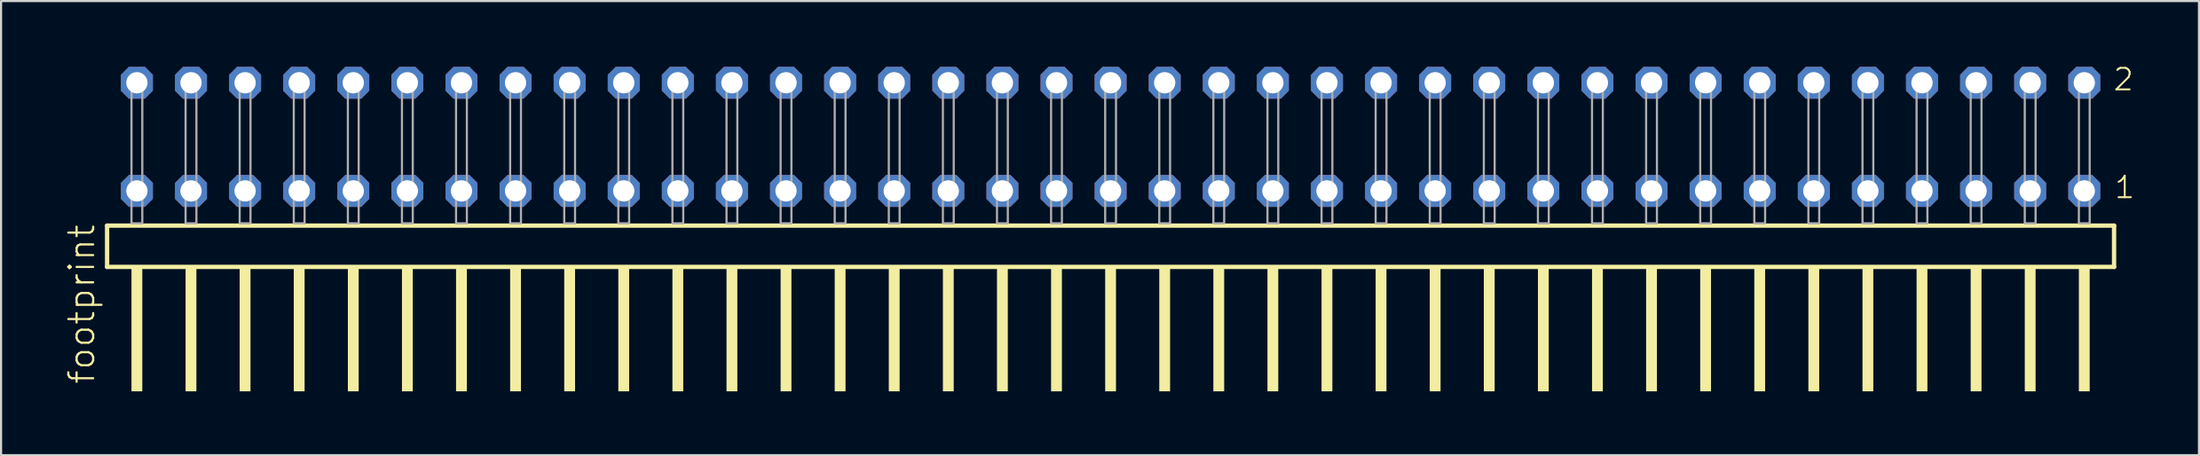
<source format=kicad_pcb>
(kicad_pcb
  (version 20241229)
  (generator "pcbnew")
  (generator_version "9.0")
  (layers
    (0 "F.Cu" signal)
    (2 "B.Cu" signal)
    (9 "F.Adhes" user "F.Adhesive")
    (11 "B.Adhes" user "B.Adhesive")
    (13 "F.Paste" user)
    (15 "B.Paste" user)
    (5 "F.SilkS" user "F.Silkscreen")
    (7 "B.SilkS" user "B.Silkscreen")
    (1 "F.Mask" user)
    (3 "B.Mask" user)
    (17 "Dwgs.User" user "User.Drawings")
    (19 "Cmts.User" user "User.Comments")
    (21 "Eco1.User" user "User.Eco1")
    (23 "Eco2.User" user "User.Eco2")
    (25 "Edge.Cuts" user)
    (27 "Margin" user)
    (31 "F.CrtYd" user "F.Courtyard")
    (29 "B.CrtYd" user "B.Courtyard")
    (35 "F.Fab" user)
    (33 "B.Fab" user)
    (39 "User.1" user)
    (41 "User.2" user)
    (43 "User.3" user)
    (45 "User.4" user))
  (footprint "footprint"
    (layer "F.Cu")
    (at 49.098 7.441)
    (property "Reference" "footprint" (at -47.625 7.62 90) (layer "F.SilkS") (effects (font (size 1.168 1.168) (thickness 0.102)) (justify left bottom)))
    (fp_line (start -47.119 0.106) (end -47.119 2.046) (stroke (width 0.203) (type solid)) (layer "F.SilkS"))
    (fp_line (start -47.119 2.046) (end 47.119 2.046) (stroke (width 0.203) (type solid)) (layer "F.SilkS"))
    (fp_line (start 47.119 0.106) (end -47.119 0.106) (stroke (width 0.203) (type solid)) (layer "F.SilkS"))
    (fp_line (start 47.119 2.046) (end 47.119 0.106) (stroke (width 0.203) (type solid)) (layer "F.SilkS"))
    (fp_poly (pts (xy -45.974 7.89) (xy -45.466 7.89) (xy -45.466 2.04) (xy -45.974 2.04)) (stroke (width 0) (type solid)) (fill yes) (layer "F.SilkS"))
    (fp_poly (pts (xy -43.434 7.89) (xy -42.926 7.89) (xy -42.926 2.04) (xy -43.434 2.04)) (stroke (width 0) (type solid)) (fill yes) (layer "F.SilkS"))
    (fp_poly (pts (xy -40.894 7.89) (xy -40.386 7.89) (xy -40.386 2.04) (xy -40.894 2.04)) (stroke (width 0) (type solid)) (fill yes) (layer "F.SilkS"))
    (fp_poly (pts (xy -38.354 7.89) (xy -37.846 7.89) (xy -37.846 2.04) (xy -38.354 2.04)) (stroke (width 0) (type solid)) (fill yes) (layer "F.SilkS"))
    (fp_poly (pts (xy -35.814 7.89) (xy -35.306 7.89) (xy -35.306 2.04) (xy -35.814 2.04)) (stroke (width 0) (type solid)) (fill yes) (layer "F.SilkS"))
    (fp_poly (pts (xy -33.274 7.89) (xy -32.766 7.89) (xy -32.766 2.04) (xy -33.274 2.04)) (stroke (width 0) (type solid)) (fill yes) (layer "F.SilkS"))
    (fp_poly (pts (xy -30.734 7.89) (xy -30.226 7.89) (xy -30.226 2.04) (xy -30.734 2.04)) (stroke (width 0) (type solid)) (fill yes) (layer "F.SilkS"))
    (fp_poly (pts (xy -28.194 7.89) (xy -27.686 7.89) (xy -27.686 2.04) (xy -28.194 2.04)) (stroke (width 0) (type solid)) (fill yes) (layer "F.SilkS"))
    (fp_poly (pts (xy -25.654 7.89) (xy -25.146 7.89) (xy -25.146 2.04) (xy -25.654 2.04)) (stroke (width 0) (type solid)) (fill yes) (layer "F.SilkS"))
    (fp_poly (pts (xy -23.114 7.89) (xy -22.606 7.89) (xy -22.606 2.04) (xy -23.114 2.04)) (stroke (width 0) (type solid)) (fill yes) (layer "F.SilkS"))
    (fp_poly (pts (xy -20.574 7.89) (xy -20.066 7.89) (xy -20.066 2.04) (xy -20.574 2.04)) (stroke (width 0) (type solid)) (fill yes) (layer "F.SilkS"))
    (fp_poly (pts (xy -18.034 7.89) (xy -17.526 7.89) (xy -17.526 2.04) (xy -18.034 2.04)) (stroke (width 0) (type solid)) (fill yes) (layer "F.SilkS"))
    (fp_poly (pts (xy -15.494 7.89) (xy -14.986 7.89) (xy -14.986 2.04) (xy -15.494 2.04)) (stroke (width 0) (type solid)) (fill yes) (layer "F.SilkS"))
    (fp_poly (pts (xy -12.954 7.89) (xy -12.446 7.89) (xy -12.446 2.04) (xy -12.954 2.04)) (stroke (width 0) (type solid)) (fill yes) (layer "F.SilkS"))
    (fp_poly (pts (xy -10.414 7.89) (xy -9.906 7.89) (xy -9.906 2.04) (xy -10.414 2.04)) (stroke (width 0) (type solid)) (fill yes) (layer "F.SilkS"))
    (fp_poly (pts (xy -7.874 7.89) (xy -7.366 7.89) (xy -7.366 2.04) (xy -7.874 2.04)) (stroke (width 0) (type solid)) (fill yes) (layer "F.SilkS"))
    (fp_poly (pts (xy -5.334 7.89) (xy -4.826 7.89) (xy -4.826 2.04) (xy -5.334 2.04)) (stroke (width 0) (type solid)) (fill yes) (layer "F.SilkS"))
    (fp_poly (pts (xy -2.794 7.89) (xy -2.286 7.89) (xy -2.286 2.04) (xy -2.794 2.04)) (stroke (width 0) (type solid)) (fill yes) (layer "F.SilkS"))
    (fp_poly (pts (xy -0.254 7.89) (xy 0.254 7.89) (xy 0.254 2.04) (xy -0.254 2.04)) (stroke (width 0) (type solid)) (fill yes) (layer "F.SilkS"))
    (fp_poly (pts (xy 2.286 7.89) (xy 2.794 7.89) (xy 2.794 2.04) (xy 2.286 2.04)) (stroke (width 0) (type solid)) (fill yes) (layer "F.SilkS"))
    (fp_poly (pts (xy 4.826 7.89) (xy 5.334 7.89) (xy 5.334 2.04) (xy 4.826 2.04)) (stroke (width 0) (type solid)) (fill yes) (layer "F.SilkS"))
    (fp_poly (pts (xy 7.366 7.89) (xy 7.874 7.89) (xy 7.874 2.04) (xy 7.366 2.04)) (stroke (width 0) (type solid)) (fill yes) (layer "F.SilkS"))
    (fp_poly (pts (xy 9.906 7.89) (xy 10.414 7.89) (xy 10.414 2.04) (xy 9.906 2.04)) (stroke (width 0) (type solid)) (fill yes) (layer "F.SilkS"))
    (fp_poly (pts (xy 12.446 7.89) (xy 12.954 7.89) (xy 12.954 2.04) (xy 12.446 2.04)) (stroke (width 0) (type solid)) (fill yes) (layer "F.SilkS"))
    (fp_poly (pts (xy 14.986 7.89) (xy 15.494 7.89) (xy 15.494 2.04) (xy 14.986 2.04)) (stroke (width 0) (type solid)) (fill yes) (layer "F.SilkS"))
    (fp_poly (pts (xy 17.526 7.89) (xy 18.034 7.89) (xy 18.034 2.04) (xy 17.526 2.04)) (stroke (width 0) (type solid)) (fill yes) (layer "F.SilkS"))
    (fp_poly (pts (xy 20.066 7.89) (xy 20.574 7.89) (xy 20.574 2.04) (xy 20.066 2.04)) (stroke (width 0) (type solid)) (fill yes) (layer "F.SilkS"))
    (fp_poly (pts (xy 22.606 7.89) (xy 23.114 7.89) (xy 23.114 2.04) (xy 22.606 2.04)) (stroke (width 0) (type solid)) (fill yes) (layer "F.SilkS"))
    (fp_poly (pts (xy 25.146 7.89) (xy 25.654 7.89) (xy 25.654 2.04) (xy 25.146 2.04)) (stroke (width 0) (type solid)) (fill yes) (layer "F.SilkS"))
    (fp_poly (pts (xy 27.686 7.89) (xy 28.194 7.89) (xy 28.194 2.04) (xy 27.686 2.04)) (stroke (width 0) (type solid)) (fill yes) (layer "F.SilkS"))
    (fp_poly (pts (xy 30.226 7.89) (xy 30.734 7.89) (xy 30.734 2.04) (xy 30.226 2.04)) (stroke (width 0) (type solid)) (fill yes) (layer "F.SilkS"))
    (fp_poly (pts (xy 32.766 7.89) (xy 33.274 7.89) (xy 33.274 2.04) (xy 32.766 2.04)) (stroke (width 0) (type solid)) (fill yes) (layer "F.SilkS"))
    (fp_poly (pts (xy 35.306 7.89) (xy 35.814 7.89) (xy 35.814 2.04) (xy 35.306 2.04)) (stroke (width 0) (type solid)) (fill yes) (layer "F.SilkS"))
    (fp_poly (pts (xy 37.846 7.89) (xy 38.354 7.89) (xy 38.354 2.04) (xy 37.846 2.04)) (stroke (width 0) (type solid)) (fill yes) (layer "F.SilkS"))
    (fp_poly (pts (xy 40.386 7.89) (xy 40.894 7.89) (xy 40.894 2.04) (xy 40.386 2.04)) (stroke (width 0) (type solid)) (fill yes) (layer "F.SilkS"))
    (fp_poly (pts (xy 42.926 7.89) (xy 43.434 7.89) (xy 43.434 2.04) (xy 42.926 2.04)) (stroke (width 0) (type solid)) (fill yes) (layer "F.SilkS"))
    (fp_poly (pts (xy 45.466 7.89) (xy 45.974 7.89) (xy 45.974 2.04) (xy 45.466 2.04)) (stroke (width 0) (type solid)) (fill yes) (layer "F.SilkS"))
    (fp_poly (pts (xy -45.974 0) (xy -45.466 0) (xy -45.466 -6.858) (xy -45.974 -6.858)) (stroke (width 0.1) (type solid)) (fill no) (layer "F.Fab"))
    (fp_poly (pts (xy -43.434 0) (xy -42.926 0) (xy -42.926 -6.858) (xy -43.434 -6.858)) (stroke (width 0.1) (type solid)) (fill no) (layer "F.Fab"))
    (fp_poly (pts (xy -40.894 0) (xy -40.386 0) (xy -40.386 -6.858) (xy -40.894 -6.858)) (stroke (width 0.1) (type solid)) (fill no) (layer "F.Fab"))
    (fp_poly (pts (xy -38.354 0) (xy -37.846 0) (xy -37.846 -6.858) (xy -38.354 -6.858)) (stroke (width 0.1) (type solid)) (fill no) (layer "F.Fab"))
    (fp_poly (pts (xy -35.814 0) (xy -35.306 0) (xy -35.306 -6.858) (xy -35.814 -6.858)) (stroke (width 0.1) (type solid)) (fill no) (layer "F.Fab"))
    (fp_poly (pts (xy -33.274 0) (xy -32.766 0) (xy -32.766 -6.858) (xy -33.274 -6.858)) (stroke (width 0.1) (type solid)) (fill no) (layer "F.Fab"))
    (fp_poly (pts (xy -30.734 0) (xy -30.226 0) (xy -30.226 -6.858) (xy -30.734 -6.858)) (stroke (width 0.1) (type solid)) (fill no) (layer "F.Fab"))
    (fp_poly (pts (xy -28.194 0) (xy -27.686 0) (xy -27.686 -6.858) (xy -28.194 -6.858)) (stroke (width 0.1) (type solid)) (fill no) (layer "F.Fab"))
    (fp_poly (pts (xy -25.654 0) (xy -25.146 0) (xy -25.146 -6.858) (xy -25.654 -6.858)) (stroke (width 0.1) (type solid)) (fill no) (layer "F.Fab"))
    (fp_poly (pts (xy -23.114 0) (xy -22.606 0) (xy -22.606 -6.858) (xy -23.114 -6.858)) (stroke (width 0.1) (type solid)) (fill no) (layer "F.Fab"))
    (fp_poly (pts (xy -20.574 0) (xy -20.066 0) (xy -20.066 -6.858) (xy -20.574 -6.858)) (stroke (width 0.1) (type solid)) (fill no) (layer "F.Fab"))
    (fp_poly (pts (xy -18.034 0) (xy -17.526 0) (xy -17.526 -6.858) (xy -18.034 -6.858)) (stroke (width 0.1) (type solid)) (fill no) (layer "F.Fab"))
    (fp_poly (pts (xy -15.494 0) (xy -14.986 0) (xy -14.986 -6.858) (xy -15.494 -6.858)) (stroke (width 0.1) (type solid)) (fill no) (layer "F.Fab"))
    (fp_poly (pts (xy -12.954 0) (xy -12.446 0) (xy -12.446 -6.858) (xy -12.954 -6.858)) (stroke (width 0.1) (type solid)) (fill no) (layer "F.Fab"))
    (fp_poly (pts (xy -10.414 0) (xy -9.906 0) (xy -9.906 -6.858) (xy -10.414 -6.858)) (stroke (width 0.1) (type solid)) (fill no) (layer "F.Fab"))
    (fp_poly (pts (xy -7.874 0) (xy -7.366 0) (xy -7.366 -6.858) (xy -7.874 -6.858)) (stroke (width 0.1) (type solid)) (fill no) (layer "F.Fab"))
    (fp_poly (pts (xy -5.334 0) (xy -4.826 0) (xy -4.826 -6.858) (xy -5.334 -6.858)) (stroke (width 0.1) (type solid)) (fill no) (layer "F.Fab"))
    (fp_poly (pts (xy -2.794 0) (xy -2.286 0) (xy -2.286 -6.858) (xy -2.794 -6.858)) (stroke (width 0.1) (type solid)) (fill no) (layer "F.Fab"))
    (fp_poly (pts (xy -0.254 0) (xy 0.254 0) (xy 0.254 -6.858) (xy -0.254 -6.858)) (stroke (width 0.1) (type solid)) (fill no) (layer "F.Fab"))
    (fp_poly (pts (xy 2.286 0) (xy 2.794 0) (xy 2.794 -6.858) (xy 2.286 -6.858)) (stroke (width 0.1) (type solid)) (fill no) (layer "F.Fab"))
    (fp_poly (pts (xy 4.826 0) (xy 5.334 0) (xy 5.334 -6.858) (xy 4.826 -6.858)) (stroke (width 0.1) (type solid)) (fill no) (layer "F.Fab"))
    (fp_poly (pts (xy 7.366 0) (xy 7.874 0) (xy 7.874 -6.858) (xy 7.366 -6.858)) (stroke (width 0.1) (type solid)) (fill no) (layer "F.Fab"))
    (fp_poly (pts (xy 9.906 0) (xy 10.414 0) (xy 10.414 -6.858) (xy 9.906 -6.858)) (stroke (width 0.1) (type solid)) (fill no) (layer "F.Fab"))
    (fp_poly (pts (xy 12.446 0) (xy 12.954 0) (xy 12.954 -6.858) (xy 12.446 -6.858)) (stroke (width 0.1) (type solid)) (fill no) (layer "F.Fab"))
    (fp_poly (pts (xy 14.986 0) (xy 15.494 0) (xy 15.494 -6.858) (xy 14.986 -6.858)) (stroke (width 0.1) (type solid)) (fill no) (layer "F.Fab"))
    (fp_poly (pts (xy 17.526 0) (xy 18.034 0) (xy 18.034 -6.858) (xy 17.526 -6.858)) (stroke (width 0.1) (type solid)) (fill no) (layer "F.Fab"))
    (fp_poly (pts (xy 20.066 0) (xy 20.574 0) (xy 20.574 -6.858) (xy 20.066 -6.858)) (stroke (width 0.1) (type solid)) (fill no) (layer "F.Fab"))
    (fp_poly (pts (xy 22.606 0) (xy 23.114 0) (xy 23.114 -6.858) (xy 22.606 -6.858)) (stroke (width 0.1) (type solid)) (fill no) (layer "F.Fab"))
    (fp_poly (pts (xy 25.146 0) (xy 25.654 0) (xy 25.654 -6.858) (xy 25.146 -6.858)) (stroke (width 0.1) (type solid)) (fill no) (layer "F.Fab"))
    (fp_poly (pts (xy 27.686 0) (xy 28.194 0) (xy 28.194 -6.858) (xy 27.686 -6.858)) (stroke (width 0.1) (type solid)) (fill no) (layer "F.Fab"))
    (fp_poly (pts (xy 30.226 0) (xy 30.734 0) (xy 30.734 -6.858) (xy 30.226 -6.858)) (stroke (width 0.1) (type solid)) (fill no) (layer "F.Fab"))
    (fp_poly (pts (xy 32.766 0) (xy 33.274 0) (xy 33.274 -6.858) (xy 32.766 -6.858)) (stroke (width 0.1) (type solid)) (fill no) (layer "F.Fab"))
    (fp_poly (pts (xy 35.306 0) (xy 35.814 0) (xy 35.814 -6.858) (xy 35.306 -6.858)) (stroke (width 0.1) (type solid)) (fill no) (layer "F.Fab"))
    (fp_poly (pts (xy 37.846 0) (xy 38.354 0) (xy 38.354 -6.858) (xy 37.846 -6.858)) (stroke (width 0.1) (type solid)) (fill no) (layer "F.Fab"))
    (fp_poly (pts (xy 40.386 0) (xy 40.894 0) (xy 40.894 -6.858) (xy 40.386 -6.858)) (stroke (width 0.1) (type solid)) (fill no) (layer "F.Fab"))
    (fp_poly (pts (xy 42.926 0) (xy 43.434 0) (xy 43.434 -6.858) (xy 42.926 -6.858)) (stroke (width 0.1) (type solid)) (fill no) (layer "F.Fab"))
    (fp_poly (pts (xy 45.466 0) (xy 45.974 0) (xy 45.974 -6.858) (xy 45.466 -6.858)) (stroke (width 0.1) (type solid)) (fill no) (layer "F.Fab"))
    (fp_text user "1" (at 47.08 -1.1 0) (layer "F.SilkS") (effects (font (size 1.012 1.012) (thickness 0.088)) (justify left bottom)))
    (fp_text user "2" (at 47.02 -6.165 0) (layer "F.SilkS") (effects (font (size 1.012 1.012) (thickness 0.088)) (justify left bottom)))
    (pad "1" thru_hole roundrect (at 45.72 -1.524 180) (size 1.5 1.5) (drill 1) (layers "*.Cu" "*.Mask") (roundrect_rratio 0.25) (chamfer_ratio 0.25) (chamfer top_left top_right bottom_left bottom_right))
    (pad "2" thru_hole roundrect (at 45.72 -6.604 180) (size 1.5 1.5) (drill 1) (layers "*.Cu" "*.Mask") (roundrect_rratio 0.25) (chamfer_ratio 0.25) (chamfer top_left top_right bottom_left bottom_right))
    (pad "3" thru_hole roundrect (at 43.18 -1.524 180) (size 1.5 1.5) (drill 1) (layers "*.Cu" "*.Mask") (roundrect_rratio 0.25) (chamfer_ratio 0.25) (chamfer top_left top_right bottom_left bottom_right))
    (pad "4" thru_hole roundrect (at 43.18 -6.604 180) (size 1.5 1.5) (drill 1) (layers "*.Cu" "*.Mask") (roundrect_rratio 0.25) (chamfer_ratio 0.25) (chamfer top_left top_right bottom_left bottom_right))
    (pad "5" thru_hole roundrect (at 40.64 -1.524 180) (size 1.5 1.5) (drill 1) (layers "*.Cu" "*.Mask") (roundrect_rratio 0.25) (chamfer_ratio 0.25) (chamfer top_left top_right bottom_left bottom_right))
    (pad "6" thru_hole roundrect (at 40.64 -6.604 180) (size 1.5 1.5) (drill 1) (layers "*.Cu" "*.Mask") (roundrect_rratio 0.25) (chamfer_ratio 0.25) (chamfer top_left top_right bottom_left bottom_right))
    (pad "7" thru_hole roundrect (at 38.1 -1.524 180) (size 1.5 1.5) (drill 1) (layers "*.Cu" "*.Mask") (roundrect_rratio 0.25) (chamfer_ratio 0.25) (chamfer top_left top_right bottom_left bottom_right))
    (pad "8" thru_hole roundrect (at 38.1 -6.604 180) (size 1.5 1.5) (drill 1) (layers "*.Cu" "*.Mask") (roundrect_rratio 0.25) (chamfer_ratio 0.25) (chamfer top_left top_right bottom_left bottom_right))
    (pad "9" thru_hole roundrect (at 35.56 -1.524 180) (size 1.5 1.5) (drill 1) (layers "*.Cu" "*.Mask") (roundrect_rratio 0.25) (chamfer_ratio 0.25) (chamfer top_left top_right bottom_left bottom_right))
    (pad "10" thru_hole roundrect (at 35.56 -6.604 180) (size 1.5 1.5) (drill 1) (layers "*.Cu" "*.Mask") (roundrect_rratio 0.25) (chamfer_ratio 0.25) (chamfer top_left top_right bottom_left bottom_right))
    (pad "11" thru_hole roundrect (at 33.02 -1.524 180) (size 1.5 1.5) (drill 1) (layers "*.Cu" "*.Mask") (roundrect_rratio 0.25) (chamfer_ratio 0.25) (chamfer top_left top_right bottom_left bottom_right))
    (pad "12" thru_hole roundrect (at 33.02 -6.604 180) (size 1.5 1.5) (drill 1) (layers "*.Cu" "*.Mask") (roundrect_rratio 0.25) (chamfer_ratio 0.25) (chamfer top_left top_right bottom_left bottom_right))
    (pad "13" thru_hole roundrect (at 30.48 -1.524 180) (size 1.5 1.5) (drill 1) (layers "*.Cu" "*.Mask") (roundrect_rratio 0.25) (chamfer_ratio 0.25) (chamfer top_left top_right bottom_left bottom_right))
    (pad "14" thru_hole roundrect (at 30.48 -6.604 180) (size 1.5 1.5) (drill 1) (layers "*.Cu" "*.Mask") (roundrect_rratio 0.25) (chamfer_ratio 0.25) (chamfer top_left top_right bottom_left bottom_right))
    (pad "15" thru_hole roundrect (at 27.94 -1.524 180) (size 1.5 1.5) (drill 1) (layers "*.Cu" "*.Mask") (roundrect_rratio 0.25) (chamfer_ratio 0.25) (chamfer top_left top_right bottom_left bottom_right))
    (pad "16" thru_hole roundrect (at 27.94 -6.604 180) (size 1.5 1.5) (drill 1) (layers "*.Cu" "*.Mask") (roundrect_rratio 0.25) (chamfer_ratio 0.25) (chamfer top_left top_right bottom_left bottom_right))
    (pad "17" thru_hole roundrect (at 25.4 -1.524 180) (size 1.5 1.5) (drill 1) (layers "*.Cu" "*.Mask") (roundrect_rratio 0.25) (chamfer_ratio 0.25) (chamfer top_left top_right bottom_left bottom_right))
    (pad "18" thru_hole roundrect (at 25.4 -6.604 180) (size 1.5 1.5) (drill 1) (layers "*.Cu" "*.Mask") (roundrect_rratio 0.25) (chamfer_ratio 0.25) (chamfer top_left top_right bottom_left bottom_right))
    (pad "19" thru_hole roundrect (at 22.86 -1.524 180) (size 1.5 1.5) (drill 1) (layers "*.Cu" "*.Mask") (roundrect_rratio 0.25) (chamfer_ratio 0.25) (chamfer top_left top_right bottom_left bottom_right))
    (pad "20" thru_hole roundrect (at 22.86 -6.604 180) (size 1.5 1.5) (drill 1) (layers "*.Cu" "*.Mask") (roundrect_rratio 0.25) (chamfer_ratio 0.25) (chamfer top_left top_right bottom_left bottom_right))
    (pad "21" thru_hole roundrect (at 20.32 -1.524 180) (size 1.5 1.5) (drill 1) (layers "*.Cu" "*.Mask") (roundrect_rratio 0.25) (chamfer_ratio 0.25) (chamfer top_left top_right bottom_left bottom_right))
    (pad "22" thru_hole roundrect (at 20.32 -6.604 180) (size 1.5 1.5) (drill 1) (layers "*.Cu" "*.Mask") (roundrect_rratio 0.25) (chamfer_ratio 0.25) (chamfer top_left top_right bottom_left bottom_right))
    (pad "23" thru_hole roundrect (at 17.78 -1.524 180) (size 1.5 1.5) (drill 1) (layers "*.Cu" "*.Mask") (roundrect_rratio 0.25) (chamfer_ratio 0.25) (chamfer top_left top_right bottom_left bottom_right))
    (pad "24" thru_hole roundrect (at 17.78 -6.604 180) (size 1.5 1.5) (drill 1) (layers "*.Cu" "*.Mask") (roundrect_rratio 0.25) (chamfer_ratio 0.25) (chamfer top_left top_right bottom_left bottom_right))
    (pad "25" thru_hole roundrect (at 15.24 -1.524 180) (size 1.5 1.5) (drill 1) (layers "*.Cu" "*.Mask") (roundrect_rratio 0.25) (chamfer_ratio 0.25) (chamfer top_left top_right bottom_left bottom_right))
    (pad "26" thru_hole roundrect (at 15.24 -6.604 180) (size 1.5 1.5) (drill 1) (layers "*.Cu" "*.Mask") (roundrect_rratio 0.25) (chamfer_ratio 0.25) (chamfer top_left top_right bottom_left bottom_right))
    (pad "27" thru_hole roundrect (at 12.7 -1.524 180) (size 1.5 1.5) (drill 1) (layers "*.Cu" "*.Mask") (roundrect_rratio 0.25) (chamfer_ratio 0.25) (chamfer top_left top_right bottom_left bottom_right))
    (pad "28" thru_hole roundrect (at 12.7 -6.604 180) (size 1.5 1.5) (drill 1) (layers "*.Cu" "*.Mask") (roundrect_rratio 0.25) (chamfer_ratio 0.25) (chamfer top_left top_right bottom_left bottom_right))
    (pad "29" thru_hole roundrect (at 10.16 -1.524 180) (size 1.5 1.5) (drill 1) (layers "*.Cu" "*.Mask") (roundrect_rratio 0.25) (chamfer_ratio 0.25) (chamfer top_left top_right bottom_left bottom_right))
    (pad "30" thru_hole roundrect (at 10.16 -6.604 180) (size 1.5 1.5) (drill 1) (layers "*.Cu" "*.Mask") (roundrect_rratio 0.25) (chamfer_ratio 0.25) (chamfer top_left top_right bottom_left bottom_right))
    (pad "31" thru_hole roundrect (at 7.62 -1.524 180) (size 1.5 1.5) (drill 1) (layers "*.Cu" "*.Mask") (roundrect_rratio 0.25) (chamfer_ratio 0.25) (chamfer top_left top_right bottom_left bottom_right))
    (pad "32" thru_hole roundrect (at 7.62 -6.604 180) (size 1.5 1.5) (drill 1) (layers "*.Cu" "*.Mask") (roundrect_rratio 0.25) (chamfer_ratio 0.25) (chamfer top_left top_right bottom_left bottom_right))
    (pad "33" thru_hole roundrect (at 5.08 -1.524 180) (size 1.5 1.5) (drill 1) (layers "*.Cu" "*.Mask") (roundrect_rratio 0.25) (chamfer_ratio 0.25) (chamfer top_left top_right bottom_left bottom_right))
    (pad "34" thru_hole roundrect (at 5.08 -6.604 180) (size 1.5 1.5) (drill 1) (layers "*.Cu" "*.Mask") (roundrect_rratio 0.25) (chamfer_ratio 0.25) (chamfer top_left top_right bottom_left bottom_right))
    (pad "35" thru_hole roundrect (at 2.54 -1.524 180) (size 1.5 1.5) (drill 1) (layers "*.Cu" "*.Mask") (roundrect_rratio 0.25) (chamfer_ratio 0.25) (chamfer top_left top_right bottom_left bottom_right))
    (pad "36" thru_hole roundrect (at 2.54 -6.604 180) (size 1.5 1.5) (drill 1) (layers "*.Cu" "*.Mask") (roundrect_rratio 0.25) (chamfer_ratio 0.25) (chamfer top_left top_right bottom_left bottom_right))
    (pad "37" thru_hole roundrect (at 0 -1.524 180) (size 1.5 1.5) (drill 1) (layers "*.Cu" "*.Mask") (roundrect_rratio 0.25) (chamfer_ratio 0.25) (chamfer top_left top_right bottom_left bottom_right))
    (pad "38" thru_hole roundrect (at 0 -6.604 180) (size 1.5 1.5) (drill 1) (layers "*.Cu" "*.Mask") (roundrect_rratio 0.25) (chamfer_ratio 0.25) (chamfer top_left top_right bottom_left bottom_right))
    (pad "39" thru_hole roundrect (at -2.54 -1.524 180) (size 1.5 1.5) (drill 1) (layers "*.Cu" "*.Mask") (roundrect_rratio 0.25) (chamfer_ratio 0.25) (chamfer top_left top_right bottom_left bottom_right))
    (pad "40" thru_hole roundrect (at -2.54 -6.604 180) (size 1.5 1.5) (drill 1) (layers "*.Cu" "*.Mask") (roundrect_rratio 0.25) (chamfer_ratio 0.25) (chamfer top_left top_right bottom_left bottom_right))
    (pad "41" thru_hole roundrect (at -5.08 -1.524 180) (size 1.5 1.5) (drill 1) (layers "*.Cu" "*.Mask") (roundrect_rratio 0.25) (chamfer_ratio 0.25) (chamfer top_left top_right bottom_left bottom_right))
    (pad "42" thru_hole roundrect (at -5.08 -6.604 180) (size 1.5 1.5) (drill 1) (layers "*.Cu" "*.Mask") (roundrect_rratio 0.25) (chamfer_ratio 0.25) (chamfer top_left top_right bottom_left bottom_right))
    (pad "43" thru_hole roundrect (at -7.62 -1.524 180) (size 1.5 1.5) (drill 1) (layers "*.Cu" "*.Mask") (roundrect_rratio 0.25) (chamfer_ratio 0.25) (chamfer top_left top_right bottom_left bottom_right))
    (pad "44" thru_hole roundrect (at -7.62 -6.604 180) (size 1.5 1.5) (drill 1) (layers "*.Cu" "*.Mask") (roundrect_rratio 0.25) (chamfer_ratio 0.25) (chamfer top_left top_right bottom_left bottom_right))
    (pad "45" thru_hole roundrect (at -10.16 -1.524 180) (size 1.5 1.5) (drill 1) (layers "*.Cu" "*.Mask") (roundrect_rratio 0.25) (chamfer_ratio 0.25) (chamfer top_left top_right bottom_left bottom_right))
    (pad "46" thru_hole roundrect (at -10.16 -6.604 180) (size 1.5 1.5) (drill 1) (layers "*.Cu" "*.Mask") (roundrect_rratio 0.25) (chamfer_ratio 0.25) (chamfer top_left top_right bottom_left bottom_right))
    (pad "47" thru_hole roundrect (at -12.7 -1.524 180) (size 1.5 1.5) (drill 1) (layers "*.Cu" "*.Mask") (roundrect_rratio 0.25) (chamfer_ratio 0.25) (chamfer top_left top_right bottom_left bottom_right))
    (pad "48" thru_hole roundrect (at -12.7 -6.604 180) (size 1.5 1.5) (drill 1) (layers "*.Cu" "*.Mask") (roundrect_rratio 0.25) (chamfer_ratio 0.25) (chamfer top_left top_right bottom_left bottom_right))
    (pad "49" thru_hole roundrect (at -15.24 -1.524 180) (size 1.5 1.5) (drill 1) (layers "*.Cu" "*.Mask") (roundrect_rratio 0.25) (chamfer_ratio 0.25) (chamfer top_left top_right bottom_left bottom_right))
    (pad "50" thru_hole roundrect (at -15.24 -6.604 180) (size 1.5 1.5) (drill 1) (layers "*.Cu" "*.Mask") (roundrect_rratio 0.25) (chamfer_ratio 0.25) (chamfer top_left top_right bottom_left bottom_right))
    (pad "51" thru_hole roundrect (at -17.78 -1.524 180) (size 1.5 1.5) (drill 1) (layers "*.Cu" "*.Mask") (roundrect_rratio 0.25) (chamfer_ratio 0.25) (chamfer top_left top_right bottom_left bottom_right))
    (pad "52" thru_hole roundrect (at -17.78 -6.604 180) (size 1.5 1.5) (drill 1) (layers "*.Cu" "*.Mask") (roundrect_rratio 0.25) (chamfer_ratio 0.25) (chamfer top_left top_right bottom_left bottom_right))
    (pad "53" thru_hole roundrect (at -20.32 -1.524 180) (size 1.5 1.5) (drill 1) (layers "*.Cu" "*.Mask") (roundrect_rratio 0.25) (chamfer_ratio 0.25) (chamfer top_left top_right bottom_left bottom_right))
    (pad "54" thru_hole roundrect (at -20.32 -6.604 180) (size 1.5 1.5) (drill 1) (layers "*.Cu" "*.Mask") (roundrect_rratio 0.25) (chamfer_ratio 0.25) (chamfer top_left top_right bottom_left bottom_right))
    (pad "55" thru_hole roundrect (at -22.86 -1.524 180) (size 1.5 1.5) (drill 1) (layers "*.Cu" "*.Mask") (roundrect_rratio 0.25) (chamfer_ratio 0.25) (chamfer top_left top_right bottom_left bottom_right))
    (pad "56" thru_hole roundrect (at -22.86 -6.604 180) (size 1.5 1.5) (drill 1) (layers "*.Cu" "*.Mask") (roundrect_rratio 0.25) (chamfer_ratio 0.25) (chamfer top_left top_right bottom_left bottom_right))
    (pad "57" thru_hole roundrect (at -25.4 -1.524 180) (size 1.5 1.5) (drill 1) (layers "*.Cu" "*.Mask") (roundrect_rratio 0.25) (chamfer_ratio 0.25) (chamfer top_left top_right bottom_left bottom_right))
    (pad "58" thru_hole roundrect (at -25.4 -6.604 180) (size 1.5 1.5) (drill 1) (layers "*.Cu" "*.Mask") (roundrect_rratio 0.25) (chamfer_ratio 0.25) (chamfer top_left top_right bottom_left bottom_right))
    (pad "59" thru_hole roundrect (at -27.94 -1.524 180) (size 1.5 1.5) (drill 1) (layers "*.Cu" "*.Mask") (roundrect_rratio 0.25) (chamfer_ratio 0.25) (chamfer top_left top_right bottom_left bottom_right))
    (pad "60" thru_hole roundrect (at -27.94 -6.604 180) (size 1.5 1.5) (drill 1) (layers "*.Cu" "*.Mask") (roundrect_rratio 0.25) (chamfer_ratio 0.25) (chamfer top_left top_right bottom_left bottom_right))
    (pad "61" thru_hole roundrect (at -30.48 -1.524 180) (size 1.5 1.5) (drill 1) (layers "*.Cu" "*.Mask") (roundrect_rratio 0.25) (chamfer_ratio 0.25) (chamfer top_left top_right bottom_left bottom_right))
    (pad "62" thru_hole roundrect (at -30.48 -6.604 180) (size 1.5 1.5) (drill 1) (layers "*.Cu" "*.Mask") (roundrect_rratio 0.25) (chamfer_ratio 0.25) (chamfer top_left top_right bottom_left bottom_right))
    (pad "63" thru_hole roundrect (at -33.02 -1.524 180) (size 1.5 1.5) (drill 1) (layers "*.Cu" "*.Mask") (roundrect_rratio 0.25) (chamfer_ratio 0.25) (chamfer top_left top_right bottom_left bottom_right))
    (pad "64" thru_hole roundrect (at -33.02 -6.604 180) (size 1.5 1.5) (drill 1) (layers "*.Cu" "*.Mask") (roundrect_rratio 0.25) (chamfer_ratio 0.25) (chamfer top_left top_right bottom_left bottom_right))
    (pad "65" thru_hole roundrect (at -35.56 -1.524 180) (size 1.5 1.5) (drill 1) (layers "*.Cu" "*.Mask") (roundrect_rratio 0.25) (chamfer_ratio 0.25) (chamfer top_left top_right bottom_left bottom_right))
    (pad "66" thru_hole roundrect (at -35.56 -6.604 180) (size 1.5 1.5) (drill 1) (layers "*.Cu" "*.Mask") (roundrect_rratio 0.25) (chamfer_ratio 0.25) (chamfer top_left top_right bottom_left bottom_right))
    (pad "67" thru_hole roundrect (at -38.1 -1.524 180) (size 1.5 1.5) (drill 1) (layers "*.Cu" "*.Mask") (roundrect_rratio 0.25) (chamfer_ratio 0.25) (chamfer top_left top_right bottom_left bottom_right))
    (pad "68" thru_hole roundrect (at -38.1 -6.604 180) (size 1.5 1.5) (drill 1) (layers "*.Cu" "*.Mask") (roundrect_rratio 0.25) (chamfer_ratio 0.25) (chamfer top_left top_right bottom_left bottom_right))
    (pad "69" thru_hole roundrect (at -40.64 -1.524 180) (size 1.5 1.5) (drill 1) (layers "*.Cu" "*.Mask") (roundrect_rratio 0.25) (chamfer_ratio 0.25) (chamfer top_left top_right bottom_left bottom_right))
    (pad "70" thru_hole roundrect (at -40.64 -6.604 180) (size 1.5 1.5) (drill 1) (layers "*.Cu" "*.Mask") (roundrect_rratio 0.25) (chamfer_ratio 0.25) (chamfer top_left top_right bottom_left bottom_right))
    (pad "71" thru_hole roundrect (at -43.18 -1.524 180) (size 1.5 1.5) (drill 1) (layers "*.Cu" "*.Mask") (roundrect_rratio 0.25) (chamfer_ratio 0.25) (chamfer top_left top_right bottom_left bottom_right))
    (pad "72" thru_hole roundrect (at -43.18 -6.604 180) (size 1.5 1.5) (drill 1) (layers "*.Cu" "*.Mask") (roundrect_rratio 0.25) (chamfer_ratio 0.25) (chamfer top_left top_right bottom_left bottom_right))
    (pad "73" thru_hole roundrect (at -45.72 -1.524 180) (size 1.5 1.5) (drill 1) (layers "*.Cu" "*.Mask") (roundrect_rratio 0.25) (chamfer_ratio 0.25) (chamfer top_left top_right bottom_left bottom_right))
    (pad "74" thru_hole roundrect (at -45.72 -6.604 180) (size 1.5 1.5) (drill 1) (layers "*.Cu" "*.Mask") (roundrect_rratio 0.25) (chamfer_ratio 0.25) (chamfer top_left top_right bottom_left bottom_right)))
  (gr_rect
    (start -3 -3)
    (end 100.204 18.331)
    (stroke (width 0.1) (type default))
    (fill no)
    (layer "Edge.Cuts")))
</source>
